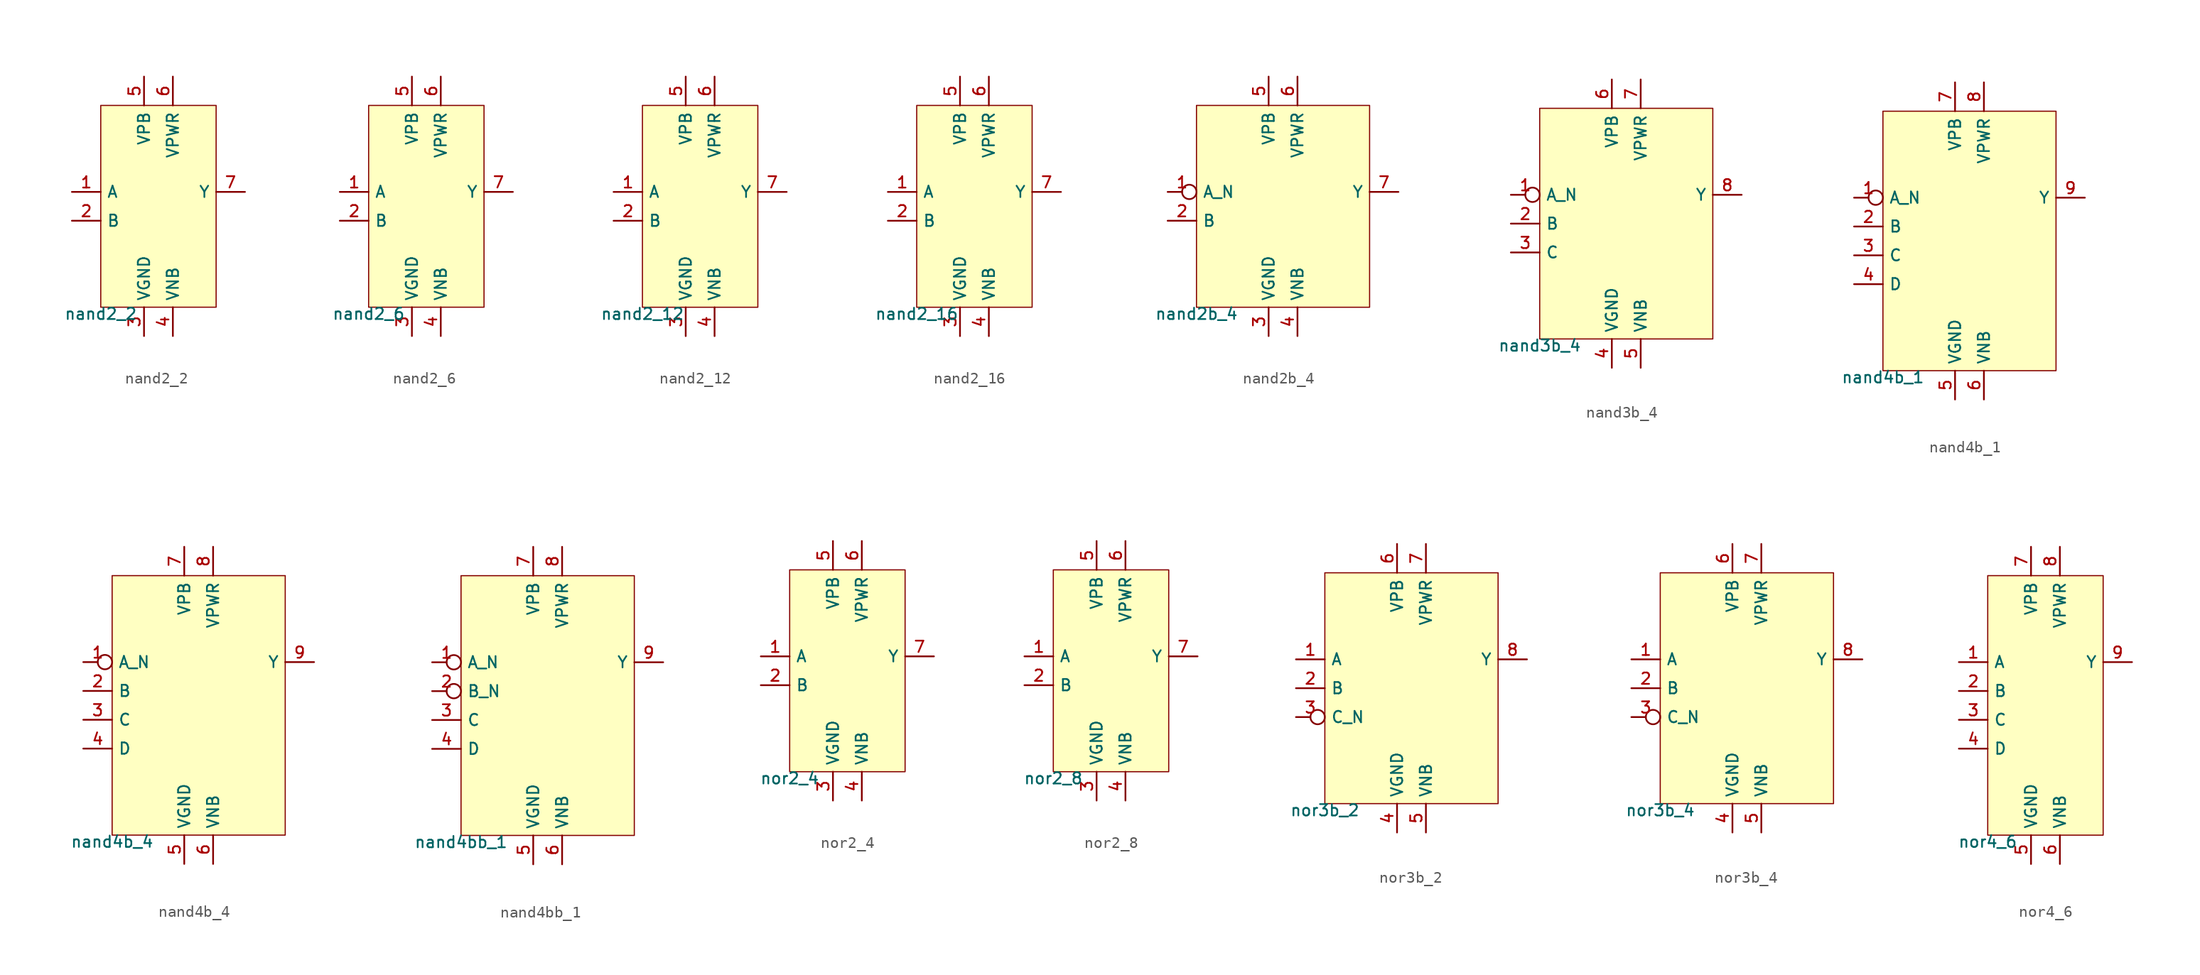
<source format=kicad_sym>
(kicad_symbol_lib
  (version 20211014)
  (generator pdk2kicad)
  (symbol "nand2_2"
    (property "Reference" "X"
      (at 0 0 0)
      (effects (font (size 1 1)) hide))
    (property "Value" "nand2_2"
      (at -5.08 -8.89 0)
      (effects (font (size 1 1)) (justify top)))
    (rectangle
      (start -5.08 -8.89)
      (end 5.08 8.89)
      (stroke (width 0.1) (type solid) (color 0 0 0 0))
      (fill (type background)))
    (pin input line
      (at -7.62 1.27 0)
      (length 2.54)
      (name "A" (effects (font (size 1 1)) hide))
      (number "1" (effects (font (size 1 1)) hide)))
    (pin input line
      (at -7.62 -1.27 0)
      (length 2.54)
      (name "B" (effects (font (size 1 1)) hide))
      (number "2" (effects (font (size 1 1)) hide)))
    (pin power_in line
      (at -1.27 -11.43 90)
      (length 2.54)
      (name "VGND" (effects (font (size 1 1)) hide))
      (number "3" (effects (font (size 1 1)) hide)))
    (pin power_in line
      (at 1.27 -11.43 90)
      (length 2.54)
      (name "VNB" (effects (font (size 1 1)) hide))
      (number "4" (effects (font (size 1 1)) hide)))
    (pin power_in line
      (at -1.27 11.43 270)
      (length 2.54)
      (name "VPB" (effects (font (size 1 1)) hide))
      (number "5" (effects (font (size 1 1)) hide)))
    (pin power_in line
      (at 1.27 11.43 270)
      (length 2.54)
      (name "VPWR" (effects (font (size 1 1)) hide))
      (number "6" (effects (font (size 1 1)) hide)))
    (pin output line
      (at 7.62 1.27 180)
      (length 2.54)
      (name "Y" (effects (font (size 1 1)) hide))
      (number "7" (effects (font (size 1 1)) hide))))
  (symbol "nand2_6"
    (property "Reference" "X"
      (at 0 0 0)
      (effects (font (size 1 1)) hide))
    (property "Value" "nand2_6"
      (at -5.08 -8.89 0)
      (effects (font (size 1 1)) (justify top)))
    (rectangle
      (start -5.08 -8.89)
      (end 5.08 8.89)
      (stroke (width 0.1) (type solid) (color 0 0 0 0))
      (fill (type background)))
    (pin input line
      (at -7.62 1.27 0)
      (length 2.54)
      (name "A" (effects (font (size 1 1)) hide))
      (number "1" (effects (font (size 1 1)) hide)))
    (pin input line
      (at -7.62 -1.27 0)
      (length 2.54)
      (name "B" (effects (font (size 1 1)) hide))
      (number "2" (effects (font (size 1 1)) hide)))
    (pin power_in line
      (at -1.27 -11.43 90)
      (length 2.54)
      (name "VGND" (effects (font (size 1 1)) hide))
      (number "3" (effects (font (size 1 1)) hide)))
    (pin power_in line
      (at 1.27 -11.43 90)
      (length 2.54)
      (name "VNB" (effects (font (size 1 1)) hide))
      (number "4" (effects (font (size 1 1)) hide)))
    (pin power_in line
      (at -1.27 11.43 270)
      (length 2.54)
      (name "VPB" (effects (font (size 1 1)) hide))
      (number "5" (effects (font (size 1 1)) hide)))
    (pin power_in line
      (at 1.27 11.43 270)
      (length 2.54)
      (name "VPWR" (effects (font (size 1 1)) hide))
      (number "6" (effects (font (size 1 1)) hide)))
    (pin output line
      (at 7.62 1.27 180)
      (length 2.54)
      (name "Y" (effects (font (size 1 1)) hide))
      (number "7" (effects (font (size 1 1)) hide))))
  (symbol "nand2_12"
    (property "Reference" "X"
      (at 0 0 0)
      (effects (font (size 1 1)) hide))
    (property "Value" "nand2_12"
      (at -5.08 -8.89 0)
      (effects (font (size 1 1)) (justify top)))
    (rectangle
      (start -5.08 -8.89)
      (end 5.08 8.89)
      (stroke (width 0.1) (type solid) (color 0 0 0 0))
      (fill (type background)))
    (pin input line
      (at -7.62 1.27 0)
      (length 2.54)
      (name "A" (effects (font (size 1 1)) hide))
      (number "1" (effects (font (size 1 1)) hide)))
    (pin input line
      (at -7.62 -1.27 0)
      (length 2.54)
      (name "B" (effects (font (size 1 1)) hide))
      (number "2" (effects (font (size 1 1)) hide)))
    (pin power_in line
      (at -1.27 -11.43 90)
      (length 2.54)
      (name "VGND" (effects (font (size 1 1)) hide))
      (number "3" (effects (font (size 1 1)) hide)))
    (pin power_in line
      (at 1.27 -11.43 90)
      (length 2.54)
      (name "VNB" (effects (font (size 1 1)) hide))
      (number "4" (effects (font (size 1 1)) hide)))
    (pin power_in line
      (at -1.27 11.43 270)
      (length 2.54)
      (name "VPB" (effects (font (size 1 1)) hide))
      (number "5" (effects (font (size 1 1)) hide)))
    (pin power_in line
      (at 1.27 11.43 270)
      (length 2.54)
      (name "VPWR" (effects (font (size 1 1)) hide))
      (number "6" (effects (font (size 1 1)) hide)))
    (pin output line
      (at 7.62 1.27 180)
      (length 2.54)
      (name "Y" (effects (font (size 1 1)) hide))
      (number "7" (effects (font (size 1 1)) hide))))
  (symbol "nand2_16"
    (property "Reference" "X"
      (at 0 0 0)
      (effects (font (size 1 1)) hide))
    (property "Value" "nand2_16"
      (at -5.08 -8.89 0)
      (effects (font (size 1 1)) (justify top)))
    (rectangle
      (start -5.08 -8.89)
      (end 5.08 8.89)
      (stroke (width 0.1) (type solid) (color 0 0 0 0))
      (fill (type background)))
    (pin input line
      (at -7.62 1.27 0)
      (length 2.54)
      (name "A" (effects (font (size 1 1)) hide))
      (number "1" (effects (font (size 1 1)) hide)))
    (pin input line
      (at -7.62 -1.27 0)
      (length 2.54)
      (name "B" (effects (font (size 1 1)) hide))
      (number "2" (effects (font (size 1 1)) hide)))
    (pin power_in line
      (at -1.27 -11.43 90)
      (length 2.54)
      (name "VGND" (effects (font (size 1 1)) hide))
      (number "3" (effects (font (size 1 1)) hide)))
    (pin power_in line
      (at 1.27 -11.43 90)
      (length 2.54)
      (name "VNB" (effects (font (size 1 1)) hide))
      (number "4" (effects (font (size 1 1)) hide)))
    (pin power_in line
      (at -1.27 11.43 270)
      (length 2.54)
      (name "VPB" (effects (font (size 1 1)) hide))
      (number "5" (effects (font (size 1 1)) hide)))
    (pin power_in line
      (at 1.27 11.43 270)
      (length 2.54)
      (name "VPWR" (effects (font (size 1 1)) hide))
      (number "6" (effects (font (size 1 1)) hide)))
    (pin output line
      (at 7.62 1.27 180)
      (length 2.54)
      (name "Y" (effects (font (size 1 1)) hide))
      (number "7" (effects (font (size 1 1)) hide))))
  (symbol "nand2b_4"
    (property "Reference" "X"
      (at 0 0 0)
      (effects (font (size 1 1)) hide))
    (property "Value" "nand2b_4"
      (at -7.62 -8.89 0)
      (effects (font (size 1 1)) (justify top)))
    (rectangle
      (start -7.62 -8.89)
      (end 7.62 8.89)
      (stroke (width 0.1) (type solid) (color 0 0 0 0))
      (fill (type background)))
    (pin input inverted
      (at -10.16 1.27 0)
      (length 2.54)
      (name "A_N" (effects (font (size 1 1)) hide))
      (number "1" (effects (font (size 1 1)) hide)))
    (pin input line
      (at -10.16 -1.27 0)
      (length 2.54)
      (name "B" (effects (font (size 1 1)) hide))
      (number "2" (effects (font (size 1 1)) hide)))
    (pin power_in line
      (at -1.27 -11.43 90)
      (length 2.54)
      (name "VGND" (effects (font (size 1 1)) hide))
      (number "3" (effects (font (size 1 1)) hide)))
    (pin power_in line
      (at 1.27 -11.43 90)
      (length 2.54)
      (name "VNB" (effects (font (size 1 1)) hide))
      (number "4" (effects (font (size 1 1)) hide)))
    (pin power_in line
      (at -1.27 11.43 270)
      (length 2.54)
      (name "VPB" (effects (font (size 1 1)) hide))
      (number "5" (effects (font (size 1 1)) hide)))
    (pin power_in line
      (at 1.27 11.43 270)
      (length 2.54)
      (name "VPWR" (effects (font (size 1 1)) hide))
      (number "6" (effects (font (size 1 1)) hide)))
    (pin output line
      (at 10.16 1.27 180)
      (length 2.54)
      (name "Y" (effects (font (size 1 1)) hide))
      (number "7" (effects (font (size 1 1)) hide))))
  (symbol "nand3b_4"
    (property "Reference" "X"
      (at 0 0 0)
      (effects (font (size 1 1)) hide))
    (property "Value" "nand3b_4"
      (at -7.62 -10.16 0)
      (effects (font (size 1 1)) (justify top)))
    (rectangle
      (start -7.62 -10.16)
      (end 7.62 10.16)
      (stroke (width 0.1) (type solid) (color 0 0 0 0))
      (fill (type background)))
    (pin input inverted
      (at -10.16 2.54 0)
      (length 2.54)
      (name "A_N" (effects (font (size 1 1)) hide))
      (number "1" (effects (font (size 1 1)) hide)))
    (pin input line
      (at -10.16 0.0 0)
      (length 2.54)
      (name "B" (effects (font (size 1 1)) hide))
      (number "2" (effects (font (size 1 1)) hide)))
    (pin input line
      (at -10.16 -2.54 0)
      (length 2.54)
      (name "C" (effects (font (size 1 1)) hide))
      (number "3" (effects (font (size 1 1)) hide)))
    (pin power_in line
      (at -1.27 -12.7 90)
      (length 2.54)
      (name "VGND" (effects (font (size 1 1)) hide))
      (number "4" (effects (font (size 1 1)) hide)))
    (pin power_in line
      (at 1.27 -12.7 90)
      (length 2.54)
      (name "VNB" (effects (font (size 1 1)) hide))
      (number "5" (effects (font (size 1 1)) hide)))
    (pin power_in line
      (at -1.27 12.7 270)
      (length 2.54)
      (name "VPB" (effects (font (size 1 1)) hide))
      (number "6" (effects (font (size 1 1)) hide)))
    (pin power_in line
      (at 1.27 12.7 270)
      (length 2.54)
      (name "VPWR" (effects (font (size 1 1)) hide))
      (number "7" (effects (font (size 1 1)) hide)))
    (pin output line
      (at 10.16 2.54 180)
      (length 2.54)
      (name "Y" (effects (font (size 1 1)) hide))
      (number "8" (effects (font (size 1 1)) hide))))
  (symbol "nand4b_1"
    (property "Reference" "X"
      (at 0 0 0)
      (effects (font (size 1 1)) hide))
    (property "Value" "nand4b_1"
      (at -7.62 -11.43 0)
      (effects (font (size 1 1)) (justify top)))
    (rectangle
      (start -7.62 -11.43)
      (end 7.62 11.43)
      (stroke (width 0.1) (type solid) (color 0 0 0 0))
      (fill (type background)))
    (pin input inverted
      (at -10.16 3.81 0)
      (length 2.54)
      (name "A_N" (effects (font (size 1 1)) hide))
      (number "1" (effects (font (size 1 1)) hide)))
    (pin input line
      (at -10.16 1.27 0)
      (length 2.54)
      (name "B" (effects (font (size 1 1)) hide))
      (number "2" (effects (font (size 1 1)) hide)))
    (pin input line
      (at -10.16 -1.27 0)
      (length 2.54)
      (name "C" (effects (font (size 1 1)) hide))
      (number "3" (effects (font (size 1 1)) hide)))
    (pin input line
      (at -10.16 -3.81 0)
      (length 2.54)
      (name "D" (effects (font (size 1 1)) hide))
      (number "4" (effects (font (size 1 1)) hide)))
    (pin power_in line
      (at -1.27 -13.97 90)
      (length 2.54)
      (name "VGND" (effects (font (size 1 1)) hide))
      (number "5" (effects (font (size 1 1)) hide)))
    (pin power_in line
      (at 1.27 -13.97 90)
      (length 2.54)
      (name "VNB" (effects (font (size 1 1)) hide))
      (number "6" (effects (font (size 1 1)) hide)))
    (pin power_in line
      (at -1.27 13.97 270)
      (length 2.54)
      (name "VPB" (effects (font (size 1 1)) hide))
      (number "7" (effects (font (size 1 1)) hide)))
    (pin power_in line
      (at 1.27 13.97 270)
      (length 2.54)
      (name "VPWR" (effects (font (size 1 1)) hide))
      (number "8" (effects (font (size 1 1)) hide)))
    (pin output line
      (at 10.16 3.81 180)
      (length 2.54)
      (name "Y" (effects (font (size 1 1)) hide))
      (number "9" (effects (font (size 1 1)) hide))))
  (symbol "nand4b_4"
    (property "Reference" "X"
      (at 0 0 0)
      (effects (font (size 1 1)) hide))
    (property "Value" "nand4b_4"
      (at -7.62 -11.43 0)
      (effects (font (size 1 1)) (justify top)))
    (rectangle
      (start -7.62 -11.43)
      (end 7.62 11.43)
      (stroke (width 0.1) (type solid) (color 0 0 0 0))
      (fill (type background)))
    (pin input inverted
      (at -10.16 3.81 0)
      (length 2.54)
      (name "A_N" (effects (font (size 1 1)) hide))
      (number "1" (effects (font (size 1 1)) hide)))
    (pin input line
      (at -10.16 1.27 0)
      (length 2.54)
      (name "B" (effects (font (size 1 1)) hide))
      (number "2" (effects (font (size 1 1)) hide)))
    (pin input line
      (at -10.16 -1.27 0)
      (length 2.54)
      (name "C" (effects (font (size 1 1)) hide))
      (number "3" (effects (font (size 1 1)) hide)))
    (pin input line
      (at -10.16 -3.81 0)
      (length 2.54)
      (name "D" (effects (font (size 1 1)) hide))
      (number "4" (effects (font (size 1 1)) hide)))
    (pin power_in line
      (at -1.27 -13.97 90)
      (length 2.54)
      (name "VGND" (effects (font (size 1 1)) hide))
      (number "5" (effects (font (size 1 1)) hide)))
    (pin power_in line
      (at 1.27 -13.97 90)
      (length 2.54)
      (name "VNB" (effects (font (size 1 1)) hide))
      (number "6" (effects (font (size 1 1)) hide)))
    (pin power_in line
      (at -1.27 13.97 270)
      (length 2.54)
      (name "VPB" (effects (font (size 1 1)) hide))
      (number "7" (effects (font (size 1 1)) hide)))
    (pin power_in line
      (at 1.27 13.97 270)
      (length 2.54)
      (name "VPWR" (effects (font (size 1 1)) hide))
      (number "8" (effects (font (size 1 1)) hide)))
    (pin output line
      (at 10.16 3.81 180)
      (length 2.54)
      (name "Y" (effects (font (size 1 1)) hide))
      (number "9" (effects (font (size 1 1)) hide))))
  (symbol "nand4bb_1"
    (property "Reference" "X"
      (at 0 0 0)
      (effects (font (size 1 1)) hide))
    (property "Value" "nand4bb_1"
      (at -7.62 -11.43 0)
      (effects (font (size 1 1)) (justify top)))
    (rectangle
      (start -7.62 -11.43)
      (end 7.62 11.43)
      (stroke (width 0.1) (type solid) (color 0 0 0 0))
      (fill (type background)))
    (pin input inverted
      (at -10.16 3.81 0)
      (length 2.54)
      (name "A_N" (effects (font (size 1 1)) hide))
      (number "1" (effects (font (size 1 1)) hide)))
    (pin input inverted
      (at -10.16 1.27 0)
      (length 2.54)
      (name "B_N" (effects (font (size 1 1)) hide))
      (number "2" (effects (font (size 1 1)) hide)))
    (pin input line
      (at -10.16 -1.27 0)
      (length 2.54)
      (name "C" (effects (font (size 1 1)) hide))
      (number "3" (effects (font (size 1 1)) hide)))
    (pin input line
      (at -10.16 -3.81 0)
      (length 2.54)
      (name "D" (effects (font (size 1 1)) hide))
      (number "4" (effects (font (size 1 1)) hide)))
    (pin power_in line
      (at -1.27 -13.97 90)
      (length 2.54)
      (name "VGND" (effects (font (size 1 1)) hide))
      (number "5" (effects (font (size 1 1)) hide)))
    (pin power_in line
      (at 1.27 -13.97 90)
      (length 2.54)
      (name "VNB" (effects (font (size 1 1)) hide))
      (number "6" (effects (font (size 1 1)) hide)))
    (pin power_in line
      (at -1.27 13.97 270)
      (length 2.54)
      (name "VPB" (effects (font (size 1 1)) hide))
      (number "7" (effects (font (size 1 1)) hide)))
    (pin power_in line
      (at 1.27 13.97 270)
      (length 2.54)
      (name "VPWR" (effects (font (size 1 1)) hide))
      (number "8" (effects (font (size 1 1)) hide)))
    (pin output line
      (at 10.16 3.81 180)
      (length 2.54)
      (name "Y" (effects (font (size 1 1)) hide))
      (number "9" (effects (font (size 1 1)) hide))))
  (symbol "nor2_4"
    (property "Reference" "X"
      (at 0 0 0)
      (effects (font (size 1 1)) hide))
    (property "Value" "nor2_4"
      (at -5.08 -8.89 0)
      (effects (font (size 1 1)) (justify top)))
    (rectangle
      (start -5.08 -8.89)
      (end 5.08 8.89)
      (stroke (width 0.1) (type solid) (color 0 0 0 0))
      (fill (type background)))
    (pin input line
      (at -7.62 1.27 0)
      (length 2.54)
      (name "A" (effects (font (size 1 1)) hide))
      (number "1" (effects (font (size 1 1)) hide)))
    (pin input line
      (at -7.62 -1.27 0)
      (length 2.54)
      (name "B" (effects (font (size 1 1)) hide))
      (number "2" (effects (font (size 1 1)) hide)))
    (pin power_in line
      (at -1.27 -11.43 90)
      (length 2.54)
      (name "VGND" (effects (font (size 1 1)) hide))
      (number "3" (effects (font (size 1 1)) hide)))
    (pin power_in line
      (at 1.27 -11.43 90)
      (length 2.54)
      (name "VNB" (effects (font (size 1 1)) hide))
      (number "4" (effects (font (size 1 1)) hide)))
    (pin power_in line
      (at -1.27 11.43 270)
      (length 2.54)
      (name "VPB" (effects (font (size 1 1)) hide))
      (number "5" (effects (font (size 1 1)) hide)))
    (pin power_in line
      (at 1.27 11.43 270)
      (length 2.54)
      (name "VPWR" (effects (font (size 1 1)) hide))
      (number "6" (effects (font (size 1 1)) hide)))
    (pin output line
      (at 7.62 1.27 180)
      (length 2.54)
      (name "Y" (effects (font (size 1 1)) hide))
      (number "7" (effects (font (size 1 1)) hide))))
  (symbol "nor2_8"
    (property "Reference" "X"
      (at 0 0 0)
      (effects (font (size 1 1)) hide))
    (property "Value" "nor2_8"
      (at -5.08 -8.89 0)
      (effects (font (size 1 1)) (justify top)))
    (rectangle
      (start -5.08 -8.89)
      (end 5.08 8.89)
      (stroke (width 0.1) (type solid) (color 0 0 0 0))
      (fill (type background)))
    (pin input line
      (at -7.62 1.27 0)
      (length 2.54)
      (name "A" (effects (font (size 1 1)) hide))
      (number "1" (effects (font (size 1 1)) hide)))
    (pin input line
      (at -7.62 -1.27 0)
      (length 2.54)
      (name "B" (effects (font (size 1 1)) hide))
      (number "2" (effects (font (size 1 1)) hide)))
    (pin power_in line
      (at -1.27 -11.43 90)
      (length 2.54)
      (name "VGND" (effects (font (size 1 1)) hide))
      (number "3" (effects (font (size 1 1)) hide)))
    (pin power_in line
      (at 1.27 -11.43 90)
      (length 2.54)
      (name "VNB" (effects (font (size 1 1)) hide))
      (number "4" (effects (font (size 1 1)) hide)))
    (pin power_in line
      (at -1.27 11.43 270)
      (length 2.54)
      (name "VPB" (effects (font (size 1 1)) hide))
      (number "5" (effects (font (size 1 1)) hide)))
    (pin power_in line
      (at 1.27 11.43 270)
      (length 2.54)
      (name "VPWR" (effects (font (size 1 1)) hide))
      (number "6" (effects (font (size 1 1)) hide)))
    (pin output line
      (at 7.62 1.27 180)
      (length 2.54)
      (name "Y" (effects (font (size 1 1)) hide))
      (number "7" (effects (font (size 1 1)) hide))))
  (symbol "nor3b_2"
    (property "Reference" "X"
      (at 0 0 0)
      (effects (font (size 1 1)) hide))
    (property "Value" "nor3b_2"
      (at -7.62 -10.16 0)
      (effects (font (size 1 1)) (justify top)))
    (rectangle
      (start -7.62 -10.16)
      (end 7.62 10.16)
      (stroke (width 0.1) (type solid) (color 0 0 0 0))
      (fill (type background)))
    (pin input line
      (at -10.16 2.54 0)
      (length 2.54)
      (name "A" (effects (font (size 1 1)) hide))
      (number "1" (effects (font (size 1 1)) hide)))
    (pin input line
      (at -10.16 0.0 0)
      (length 2.54)
      (name "B" (effects (font (size 1 1)) hide))
      (number "2" (effects (font (size 1 1)) hide)))
    (pin input inverted
      (at -10.16 -2.54 0)
      (length 2.54)
      (name "C_N" (effects (font (size 1 1)) hide))
      (number "3" (effects (font (size 1 1)) hide)))
    (pin power_in line
      (at -1.27 -12.7 90)
      (length 2.54)
      (name "VGND" (effects (font (size 1 1)) hide))
      (number "4" (effects (font (size 1 1)) hide)))
    (pin power_in line
      (at 1.27 -12.7 90)
      (length 2.54)
      (name "VNB" (effects (font (size 1 1)) hide))
      (number "5" (effects (font (size 1 1)) hide)))
    (pin power_in line
      (at -1.27 12.7 270)
      (length 2.54)
      (name "VPB" (effects (font (size 1 1)) hide))
      (number "6" (effects (font (size 1 1)) hide)))
    (pin power_in line
      (at 1.27 12.7 270)
      (length 2.54)
      (name "VPWR" (effects (font (size 1 1)) hide))
      (number "7" (effects (font (size 1 1)) hide)))
    (pin output line
      (at 10.16 2.54 180)
      (length 2.54)
      (name "Y" (effects (font (size 1 1)) hide))
      (number "8" (effects (font (size 1 1)) hide))))
  (symbol "nor3b_4"
    (property "Reference" "X"
      (at 0 0 0)
      (effects (font (size 1 1)) hide))
    (property "Value" "nor3b_4"
      (at -7.62 -10.16 0)
      (effects (font (size 1 1)) (justify top)))
    (rectangle
      (start -7.62 -10.16)
      (end 7.62 10.16)
      (stroke (width 0.1) (type solid) (color 0 0 0 0))
      (fill (type background)))
    (pin input line
      (at -10.16 2.54 0)
      (length 2.54)
      (name "A" (effects (font (size 1 1)) hide))
      (number "1" (effects (font (size 1 1)) hide)))
    (pin input line
      (at -10.16 0.0 0)
      (length 2.54)
      (name "B" (effects (font (size 1 1)) hide))
      (number "2" (effects (font (size 1 1)) hide)))
    (pin input inverted
      (at -10.16 -2.54 0)
      (length 2.54)
      (name "C_N" (effects (font (size 1 1)) hide))
      (number "3" (effects (font (size 1 1)) hide)))
    (pin power_in line
      (at -1.27 -12.7 90)
      (length 2.54)
      (name "VGND" (effects (font (size 1 1)) hide))
      (number "4" (effects (font (size 1 1)) hide)))
    (pin power_in line
      (at 1.27 -12.7 90)
      (length 2.54)
      (name "VNB" (effects (font (size 1 1)) hide))
      (number "5" (effects (font (size 1 1)) hide)))
    (pin power_in line
      (at -1.27 12.7 270)
      (length 2.54)
      (name "VPB" (effects (font (size 1 1)) hide))
      (number "6" (effects (font (size 1 1)) hide)))
    (pin power_in line
      (at 1.27 12.7 270)
      (length 2.54)
      (name "VPWR" (effects (font (size 1 1)) hide))
      (number "7" (effects (font (size 1 1)) hide)))
    (pin output line
      (at 10.16 2.54 180)
      (length 2.54)
      (name "Y" (effects (font (size 1 1)) hide))
      (number "8" (effects (font (size 1 1)) hide))))
  (symbol "nor4_6"
    (property "Reference" "X"
      (at 0 0 0)
      (effects (font (size 1 1)) hide))
    (property "Value" "nor4_6"
      (at -5.08 -11.43 0)
      (effects (font (size 1 1)) (justify top)))
    (rectangle
      (start -5.08 -11.43)
      (end 5.08 11.43)
      (stroke (width 0.1) (type solid) (color 0 0 0 0))
      (fill (type background)))
    (pin input line
      (at -7.62 3.81 0)
      (length 2.54)
      (name "A" (effects (font (size 1 1)) hide))
      (number "1" (effects (font (size 1 1)) hide)))
    (pin input line
      (at -7.62 1.27 0)
      (length 2.54)
      (name "B" (effects (font (size 1 1)) hide))
      (number "2" (effects (font (size 1 1)) hide)))
    (pin input line
      (at -7.62 -1.27 0)
      (length 2.54)
      (name "C" (effects (font (size 1 1)) hide))
      (number "3" (effects (font (size 1 1)) hide)))
    (pin input line
      (at -7.62 -3.81 0)
      (length 2.54)
      (name "D" (effects (font (size 1 1)) hide))
      (number "4" (effects (font (size 1 1)) hide)))
    (pin power_in line
      (at -1.27 -13.97 90)
      (length 2.54)
      (name "VGND" (effects (font (size 1 1)) hide))
      (number "5" (effects (font (size 1 1)) hide)))
    (pin power_in line
      (at 1.27 -13.97 90)
      (length 2.54)
      (name "VNB" (effects (font (size 1 1)) hide))
      (number "6" (effects (font (size 1 1)) hide)))
    (pin power_in line
      (at -1.27 13.97 270)
      (length 2.54)
      (name "VPB" (effects (font (size 1 1)) hide))
      (number "7" (effects (font (size 1 1)) hide)))
    (pin power_in line
      (at 1.27 13.97 270)
      (length 2.54)
      (name "VPWR" (effects (font (size 1 1)) hide))
      (number "8" (effects (font (size 1 1)) hide)))
    (pin output line
      (at 7.62 3.81 180)
      (length 2.54)
      (name "Y" (effects (font (size 1 1)) hide))
      (number "9" (effects (font (size 1 1)) hide)))))
</source>
